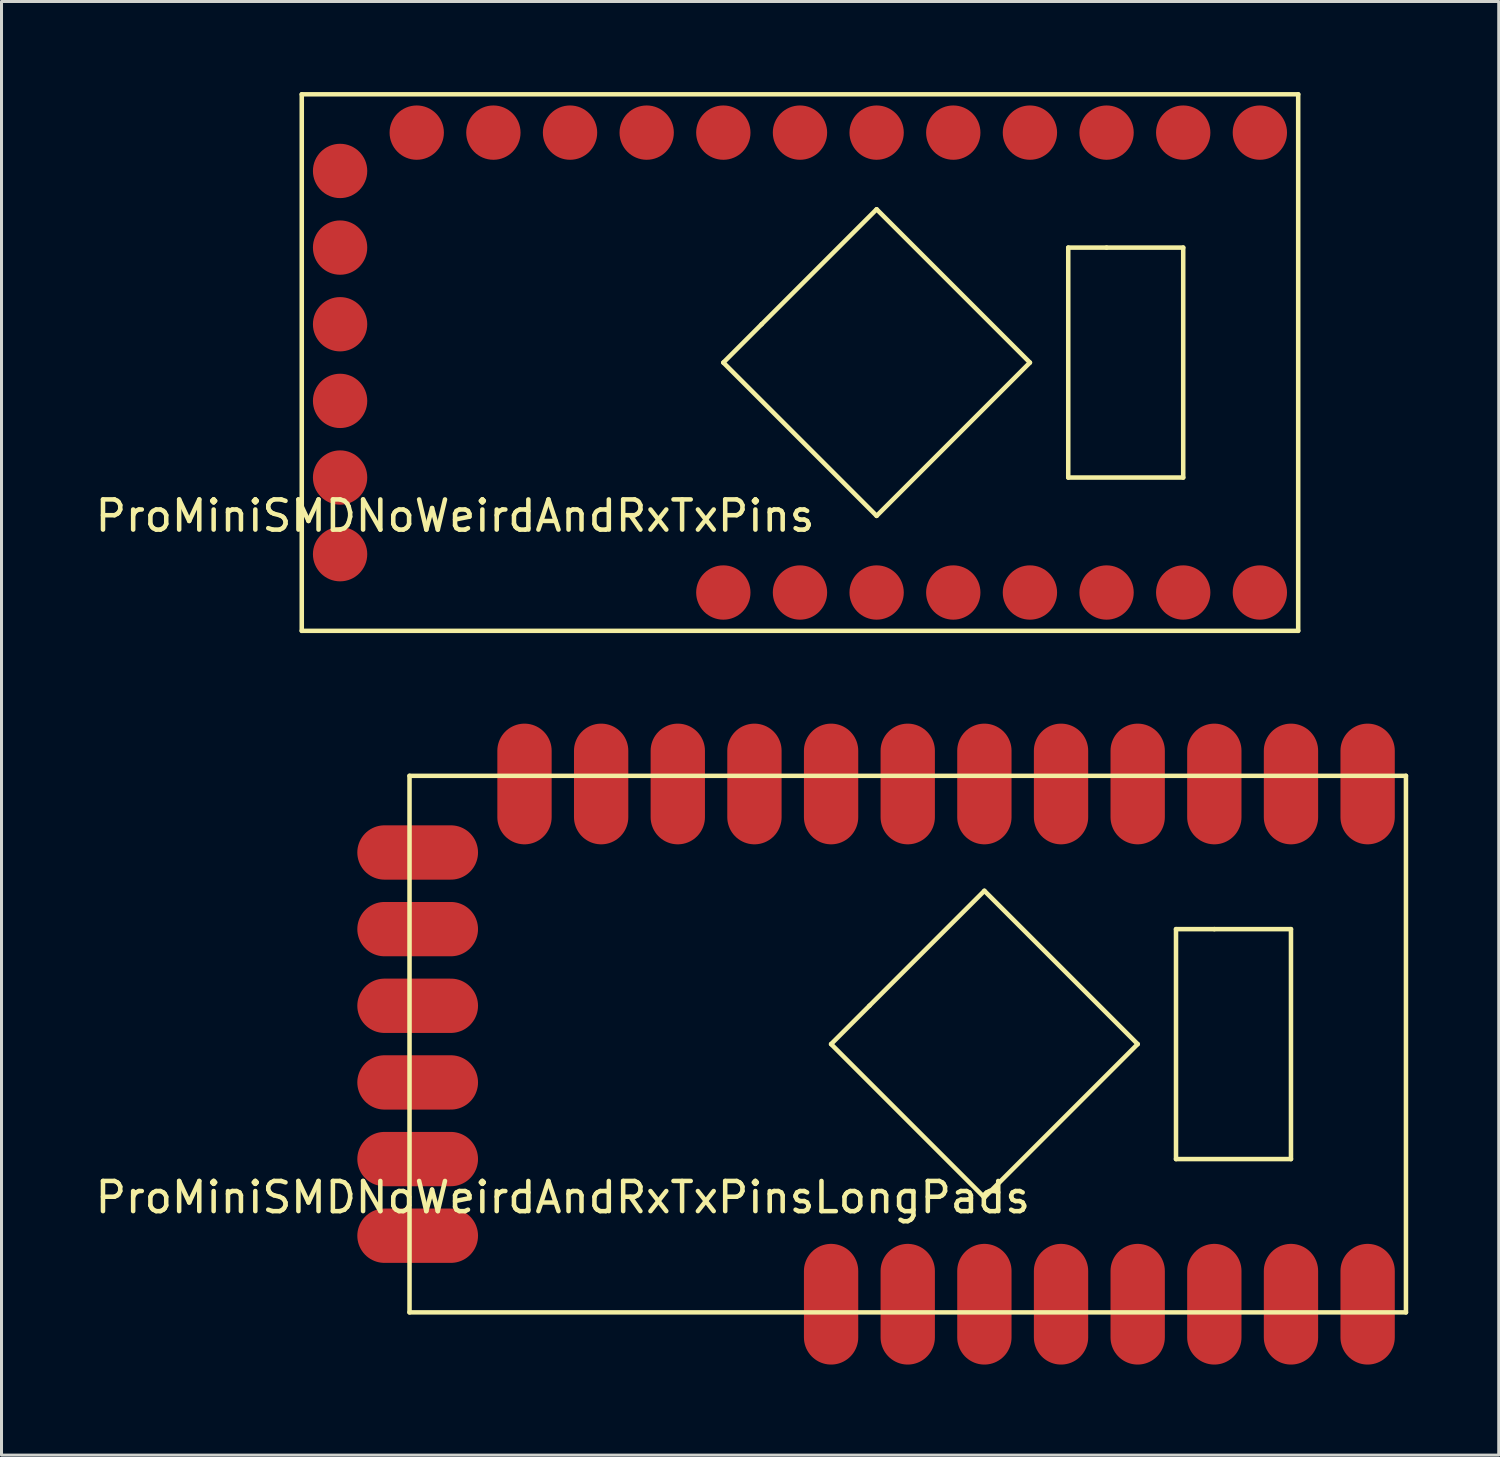
<source format=kicad_pcb>
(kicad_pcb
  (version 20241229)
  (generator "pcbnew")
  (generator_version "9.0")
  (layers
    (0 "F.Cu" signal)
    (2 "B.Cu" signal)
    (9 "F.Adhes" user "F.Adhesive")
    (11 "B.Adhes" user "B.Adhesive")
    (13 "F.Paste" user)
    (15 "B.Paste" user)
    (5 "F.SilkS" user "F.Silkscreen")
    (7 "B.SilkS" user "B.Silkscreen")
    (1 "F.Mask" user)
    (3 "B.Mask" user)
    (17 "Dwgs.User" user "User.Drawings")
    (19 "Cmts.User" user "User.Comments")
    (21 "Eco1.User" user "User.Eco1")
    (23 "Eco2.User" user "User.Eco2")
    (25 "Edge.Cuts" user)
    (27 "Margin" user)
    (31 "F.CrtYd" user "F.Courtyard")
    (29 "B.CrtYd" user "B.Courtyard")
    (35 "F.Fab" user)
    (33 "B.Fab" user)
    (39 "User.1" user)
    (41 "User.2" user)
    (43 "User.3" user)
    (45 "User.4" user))
  (footprint "ProMiniSMDNoWeirdAndRxTxPinsLongPads"
    (layer "F.Cu")
    (at 14.331 39.17)
    (property "Reference" "ProMiniSMDNoWeirdAndRxTxPinsLongPads" (at 1.27 -2.54 0) (layer "F.SilkS") (effects (font (size 1 1) (thickness 0.15))))
    (attr through_hole)
    (fp_line (start -3.81 -16.51) (end -3.81 1.27) (stroke (width 0.15) (type solid)) (layer "F.SilkS"))
    (fp_line (start -3.81 1.27) (end 29.21 1.27) (stroke (width 0.15) (type solid)) (layer "F.SilkS"))
    (fp_line (start 10.16 -7.62) (end 15.24 -2.54) (stroke (width 0.15) (type solid)) (layer "F.SilkS"))
    (fp_line (start 11.43 -8.89) (end 10.16 -7.62) (stroke (width 0.15) (type solid)) (layer "F.SilkS"))
    (fp_line (start 15.24 -12.7) (end 11.43 -8.89) (stroke (width 0.15) (type solid)) (layer "F.SilkS"))
    (fp_line (start 15.24 -2.54) (end 20.32 -7.62) (stroke (width 0.15) (type solid)) (layer "F.SilkS"))
    (fp_line (start 20.32 -7.62) (end 15.24 -12.7) (stroke (width 0.15) (type solid)) (layer "F.SilkS"))
    (fp_line (start 21.59 -11.43) (end 22.86 -11.43) (stroke (width 0.15) (type solid)) (layer "F.SilkS"))
    (fp_line (start 21.59 -3.81) (end 21.59 -11.43) (stroke (width 0.15) (type solid)) (layer "F.SilkS"))
    (fp_line (start 25.4 -11.43) (end 22.86 -11.43) (stroke (width 0.15) (type solid)) (layer "F.SilkS"))
    (fp_line (start 25.4 -3.81) (end 21.59 -3.81) (stroke (width 0.15) (type solid)) (layer "F.SilkS"))
    (fp_line (start 25.4 -3.81) (end 25.4 -11.43) (stroke (width 0.15) (type solid)) (layer "F.SilkS"))
    (fp_line (start 29.21 -16.51) (end -3.81 -16.51) (stroke (width 0.15) (type solid)) (layer "F.SilkS"))
    (fp_line (start 29.21 1.27) (end 29.21 -16.51) (stroke (width 0.15) (type solid)) (layer "F.SilkS"))
    (pad "5" smd oval (at 10.16 0) (size 1.8 4) (drill (offset 0 1)) (layers "F.Cu" "F.Mask" "F.Paste"))
    (pad "6" smd oval (at 12.7 0) (size 1.8 4) (drill (offset 0 1)) (layers "F.Cu" "F.Mask" "F.Paste"))
    (pad "7" smd oval (at 15.24 0) (size 1.8 4) (drill (offset 0 1)) (layers "F.Cu" "F.Mask" "F.Paste"))
    (pad "8" smd oval (at 17.78 0) (size 1.8 4) (drill (offset 0 1)) (layers "F.Cu" "F.Mask" "F.Paste"))
    (pad "9" smd oval (at 20.32 0) (size 1.8 4) (drill (offset 0 1)) (layers "F.Cu" "F.Mask" "F.Paste"))
    (pad "10" smd oval (at 22.86 0) (size 1.8 4) (drill (offset 0 1)) (layers "F.Cu" "F.Mask" "F.Paste"))
    (pad "11" smd oval (at 25.4 0) (size 1.8 4) (drill (offset 0 1)) (layers "F.Cu" "F.Mask" "F.Paste"))
    (pad "12" smd oval (at 27.94 0) (size 1.8 4) (drill (offset 0 1)) (layers "F.Cu" "F.Mask" "F.Paste"))
    (pad "16" smd oval (at 27.94 -15.24) (size 1.8 4) (drill (offset 0 -1)) (layers "F.Cu" "F.Mask" "F.Paste"))
    (pad "17" smd oval (at 25.4 -15.24) (size 1.8 4) (drill (offset 0 -1)) (layers "F.Cu" "F.Mask" "F.Paste"))
    (pad "18" smd oval (at 22.86 -15.24) (size 1.8 4) (drill (offset 0 -1)) (layers "F.Cu" "F.Mask" "F.Paste"))
    (pad "19" smd oval (at 20.32 -15.24) (size 1.8 4) (drill (offset 0 -1)) (layers "F.Cu" "F.Mask" "F.Paste"))
    (pad "20" smd oval (at 17.78 -15.24) (size 1.8 4) (drill (offset 0 -1)) (layers "F.Cu" "F.Mask" "F.Paste"))
    (pad "21" smd oval (at 15.24 -15.24) (size 1.8 4) (drill (offset 0 -1)) (layers "F.Cu" "F.Mask" "F.Paste"))
    (pad "22" smd oval (at 12.7 -15.24) (size 1.8 4) (drill (offset 0 -1)) (layers "F.Cu" "F.Mask" "F.Paste"))
    (pad "23" smd oval (at 10.16 -15.24) (size 1.8 4) (drill (offset 0 -1)) (layers "F.Cu" "F.Mask" "F.Paste"))
    (pad "24" smd oval (at 7.62 -15.24) (size 1.8 4) (drill (offset 0 -1)) (layers "F.Cu" "F.Mask" "F.Paste"))
    (pad "25" smd oval (at 5.08 -15.24) (size 1.8 4) (drill (offset 0 -1)) (layers "F.Cu" "F.Mask" "F.Paste"))
    (pad "26" smd oval (at 2.54 -15.24) (size 1.8 4) (drill (offset 0 -1)) (layers "F.Cu" "F.Mask" "F.Paste"))
    (pad "27" smd oval (at 0 -15.24) (size 1.8 4) (drill (offset 0 -1)) (layers "F.Cu" "F.Mask" "F.Paste"))
    (pad "28" smd oval (at -2.54 -13.97 90) (size 1.8 4) (drill (offset 0 -1)) (layers "F.Cu" "F.Mask" "F.Paste"))
    (pad "29" smd oval (at -2.54 -11.43 90) (size 1.8 4) (drill (offset 0 -1)) (layers "F.Cu" "F.Mask" "F.Paste"))
    (pad "30" smd oval (at -2.54 -8.89 90) (size 1.8 4) (drill (offset 0 -1)) (layers "F.Cu" "F.Mask" "F.Paste"))
    (pad "31" smd oval (at -2.54 -6.35 90) (size 1.8 4) (drill (offset 0 -1)) (layers "F.Cu" "F.Mask" "F.Paste"))
    (pad "32" smd oval (at -2.54 -3.81 90) (size 1.8 4) (drill (offset 0 -1)) (layers "F.Cu" "F.Mask" "F.Paste"))
    (pad "33" smd oval (at -2.54 -1.27 90) (size 1.8 4) (drill (offset 0 -1)) (layers "F.Cu" "F.Mask" "F.Paste")))
  (footprint "ProMiniSMDNoWeirdAndRxTxPins"
    (layer "F.Cu")
    (at 10.76 16.585)
    (property "Reference" "ProMiniSMDNoWeirdAndRxTxPins" (at 1.27 -2.54 0) (layer "F.SilkS") (effects (font (size 1 1) (thickness 0.15))))
    (attr through_hole)
    (fp_line (start -3.81 -16.51) (end -3.81 1.27) (stroke (width 0.15) (type solid)) (layer "F.SilkS"))
    (fp_line (start -3.81 1.27) (end 29.21 1.27) (stroke (width 0.15) (type solid)) (layer "F.SilkS"))
    (fp_line (start 10.16 -7.62) (end 15.24 -2.54) (stroke (width 0.15) (type solid)) (layer "F.SilkS"))
    (fp_line (start 11.43 -8.89) (end 10.16 -7.62) (stroke (width 0.15) (type solid)) (layer "F.SilkS"))
    (fp_line (start 15.24 -12.7) (end 11.43 -8.89) (stroke (width 0.15) (type solid)) (layer "F.SilkS"))
    (fp_line (start 15.24 -2.54) (end 20.32 -7.62) (stroke (width 0.15) (type solid)) (layer "F.SilkS"))
    (fp_line (start 20.32 -7.62) (end 15.24 -12.7) (stroke (width 0.15) (type solid)) (layer "F.SilkS"))
    (fp_line (start 21.59 -11.43) (end 22.86 -11.43) (stroke (width 0.15) (type solid)) (layer "F.SilkS"))
    (fp_line (start 21.59 -3.81) (end 21.59 -11.43) (stroke (width 0.15) (type solid)) (layer "F.SilkS"))
    (fp_line (start 25.4 -11.43) (end 22.86 -11.43) (stroke (width 0.15) (type solid)) (layer "F.SilkS"))
    (fp_line (start 25.4 -3.81) (end 21.59 -3.81) (stroke (width 0.15) (type solid)) (layer "F.SilkS"))
    (fp_line (start 25.4 -3.81) (end 25.4 -11.43) (stroke (width 0.15) (type solid)) (layer "F.SilkS"))
    (fp_line (start 29.21 -16.51) (end -3.81 -16.51) (stroke (width 0.15) (type solid)) (layer "F.SilkS"))
    (fp_line (start 29.21 1.27) (end 29.21 -16.51) (stroke (width 0.15) (type solid)) (layer "F.SilkS"))
    (pad "5" smd circle (at 10.16 0) (size 1.8 1.8) (layers "F.Cu" "F.Mask" "F.Paste"))
    (pad "6" smd circle (at 12.7 0) (size 1.8 1.8) (layers "F.Cu" "F.Mask" "F.Paste"))
    (pad "7" smd circle (at 15.24 0) (size 1.8 1.8) (layers "F.Cu" "F.Mask" "F.Paste"))
    (pad "8" smd circle (at 17.78 0) (size 1.8 1.8) (layers "F.Cu" "F.Mask" "F.Paste"))
    (pad "9" smd circle (at 20.32 0) (size 1.8 1.8) (layers "F.Cu" "F.Mask" "F.Paste"))
    (pad "10" smd circle (at 22.86 0) (size 1.8 1.8) (layers "F.Cu" "F.Mask" "F.Paste"))
    (pad "11" smd circle (at 25.4 0) (size 1.8 1.8) (layers "F.Cu" "F.Mask" "F.Paste"))
    (pad "12" smd circle (at 27.94 0) (size 1.8 1.8) (layers "F.Cu" "F.Mask" "F.Paste"))
    (pad "16" smd circle (at 27.94 -15.24) (size 1.8 1.8) (layers "F.Cu" "F.Mask" "F.Paste"))
    (pad "17" smd circle (at 25.4 -15.24) (size 1.8 1.8) (layers "F.Cu" "F.Mask" "F.Paste"))
    (pad "18" smd circle (at 22.86 -15.24) (size 1.8 1.8) (layers "F.Cu" "F.Mask" "F.Paste"))
    (pad "19" smd circle (at 20.32 -15.24) (size 1.8 1.8) (layers "F.Cu" "F.Mask" "F.Paste"))
    (pad "20" smd circle (at 17.78 -15.24) (size 1.8 1.8) (layers "F.Cu" "F.Mask" "F.Paste"))
    (pad "21" smd circle (at 15.24 -15.24) (size 1.8 1.8) (layers "F.Cu" "F.Mask" "F.Paste"))
    (pad "22" smd circle (at 12.7 -15.24) (size 1.8 1.8) (layers "F.Cu" "F.Mask" "F.Paste"))
    (pad "23" smd circle (at 10.16 -15.24) (size 1.8 1.8) (layers "F.Cu" "F.Mask" "F.Paste"))
    (pad "24" smd circle (at 7.62 -15.24) (size 1.8 1.8) (layers "F.Cu" "F.Mask" "F.Paste"))
    (pad "25" smd circle (at 5.08 -15.24) (size 1.8 1.8) (layers "F.Cu" "F.Mask" "F.Paste"))
    (pad "26" smd circle (at 2.54 -15.24) (size 1.8 1.8) (layers "F.Cu" "F.Mask" "F.Paste"))
    (pad "27" smd circle (at 0 -15.24) (size 1.8 1.8) (layers "F.Cu" "F.Mask" "F.Paste"))
    (pad "28" smd circle (at -2.54 -13.97) (size 1.8 1.8) (layers "F.Cu" "F.Mask" "F.Paste"))
    (pad "29" smd circle (at -2.54 -11.43) (size 1.8 1.8) (layers "F.Cu" "F.Mask" "F.Paste"))
    (pad "30" smd circle (at -2.54 -8.89) (size 1.8 1.8) (layers "F.Cu" "F.Mask" "F.Paste"))
    (pad "31" smd circle (at -2.54 -6.35) (size 1.8 1.8) (layers "F.Cu" "F.Mask" "F.Paste"))
    (pad "32" smd circle (at -2.54 -3.81) (size 1.8 1.8) (layers "F.Cu" "F.Mask" "F.Paste"))
    (pad "33" smd circle (at -2.54 -1.27) (size 1.8 1.8) (layers "F.Cu" "F.Mask" "F.Paste")))
  (gr_rect
    (start -3 -3)
    (end 46.616 45.17)
    (stroke (width 0.1) (type default))
    (fill no)
    (layer "Edge.Cuts")))
</source>
